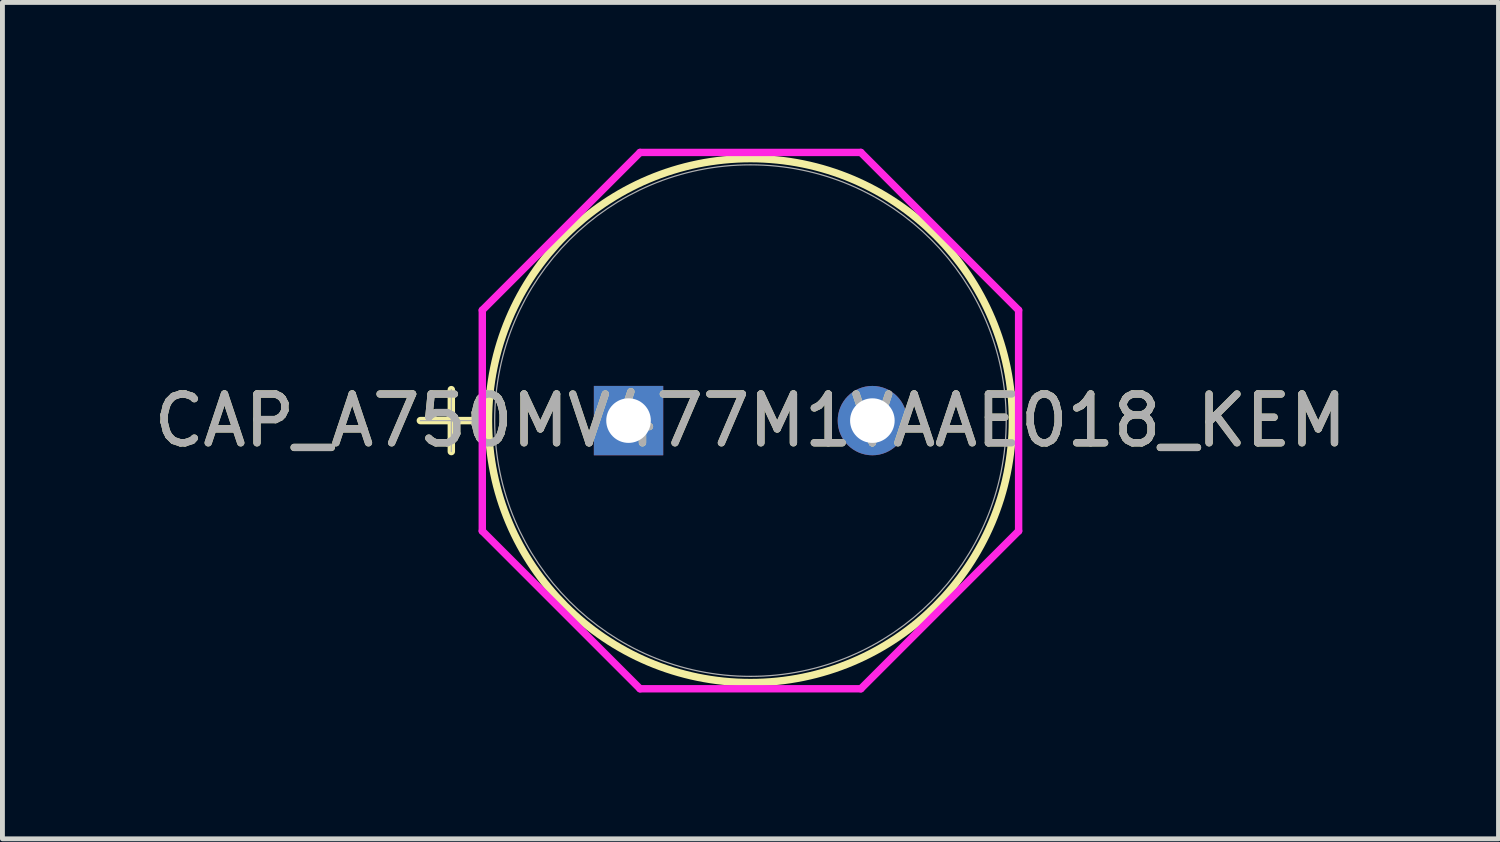
<source format=kicad_pcb>
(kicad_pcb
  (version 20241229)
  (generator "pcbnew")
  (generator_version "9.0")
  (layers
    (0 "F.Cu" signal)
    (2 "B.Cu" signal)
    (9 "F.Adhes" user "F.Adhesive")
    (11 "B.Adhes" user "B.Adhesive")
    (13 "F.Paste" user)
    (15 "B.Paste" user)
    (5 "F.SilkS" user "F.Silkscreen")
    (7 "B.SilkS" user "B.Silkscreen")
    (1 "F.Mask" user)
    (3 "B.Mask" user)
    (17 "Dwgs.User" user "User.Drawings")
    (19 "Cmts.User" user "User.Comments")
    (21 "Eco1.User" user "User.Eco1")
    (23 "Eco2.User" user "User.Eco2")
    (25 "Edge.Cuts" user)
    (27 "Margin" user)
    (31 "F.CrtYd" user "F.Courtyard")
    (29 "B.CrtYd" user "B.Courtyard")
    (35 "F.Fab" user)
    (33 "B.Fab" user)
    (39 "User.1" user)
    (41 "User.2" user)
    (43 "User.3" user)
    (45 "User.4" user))
  (footprint "CAP_A750MV477M1VAAE018_KEM"
    (layer "F.Cu")
    (at 9.839 5.575)
    (property "Reference" "CAP_A750MV477M1VAAE018_KEM" (at 2.5 0 0) (unlocked yes) (layer "F.SilkS") (effects (font (size 1 1) (thickness 0.15))))
    (attr through_hole)
    (fp_line (start -4.269 0) (end -2.999 0) (stroke (width 0.152) (type solid)) (layer "F.SilkS"))
    (fp_line (start -3.634 -0.635) (end -3.634 0.635) (stroke (width 0.152) (type solid)) (layer "F.SilkS"))
    (fp_circle (center 2.5 0) (end 7.872 0) (stroke (width 0.152) (type solid)) (fill no) (layer "F.SilkS"))
    (fp_line (start -2.999 -2.264) (end 0.236 -5.499) (stroke (width 0.152) (type solid)) (layer "F.CrtYd"))
    (fp_line (start -2.999 2.264) (end -2.999 -2.264) (stroke (width 0.152) (type solid)) (layer "F.CrtYd"))
    (fp_line (start 0.236 -5.499) (end 4.764 -5.499) (stroke (width 0.152) (type solid)) (layer "F.CrtYd"))
    (fp_line (start 0.236 5.499) (end -2.999 2.264) (stroke (width 0.152) (type solid)) (layer "F.CrtYd"))
    (fp_line (start 4.764 -5.499) (end 7.999 -2.264) (stroke (width 0.152) (type solid)) (layer "F.CrtYd"))
    (fp_line (start 4.764 5.499) (end 0.236 5.499) (stroke (width 0.152) (type solid)) (layer "F.CrtYd"))
    (fp_line (start 7.999 -2.264) (end 7.999 2.264) (stroke (width 0.152) (type solid)) (layer "F.CrtYd"))
    (fp_line (start 7.999 2.264) (end 4.764 5.499) (stroke (width 0.152) (type solid)) (layer "F.CrtYd"))
    (fp_line (start -4.269 0) (end -2.999 0) (stroke (width 0.025) (type solid)) (layer "F.Fab"))
    (fp_line (start -3.634 -0.635) (end -3.634 0.635) (stroke (width 0.025) (type solid)) (layer "F.Fab"))
    (fp_circle (center 2.5 0) (end 7.745 0) (stroke (width 0.025) (type solid)) (fill no) (layer "F.Fab"))
    (fp_text user "${REFERENCE}" (at 2.5 0 0) (unlocked yes) (layer "F.Fab") (effects (font (size 1 1) (thickness 0.15))))
    (pad "1" thru_hole rect (at 0 0) (size 1.422 1.422) (drill 0.914) (layers "*.Cu" "*.Mask"))
    (pad "2" thru_hole circle (at 5 0) (size 1.422 1.422) (drill 0.914) (layers "*.Cu" "*.Mask")))
  (gr_rect
    (start -3 -3)
    (end 27.679 14.151)
    (stroke (width 0.1) (type default))
    (fill no)
    (layer "Edge.Cuts")))
</source>
